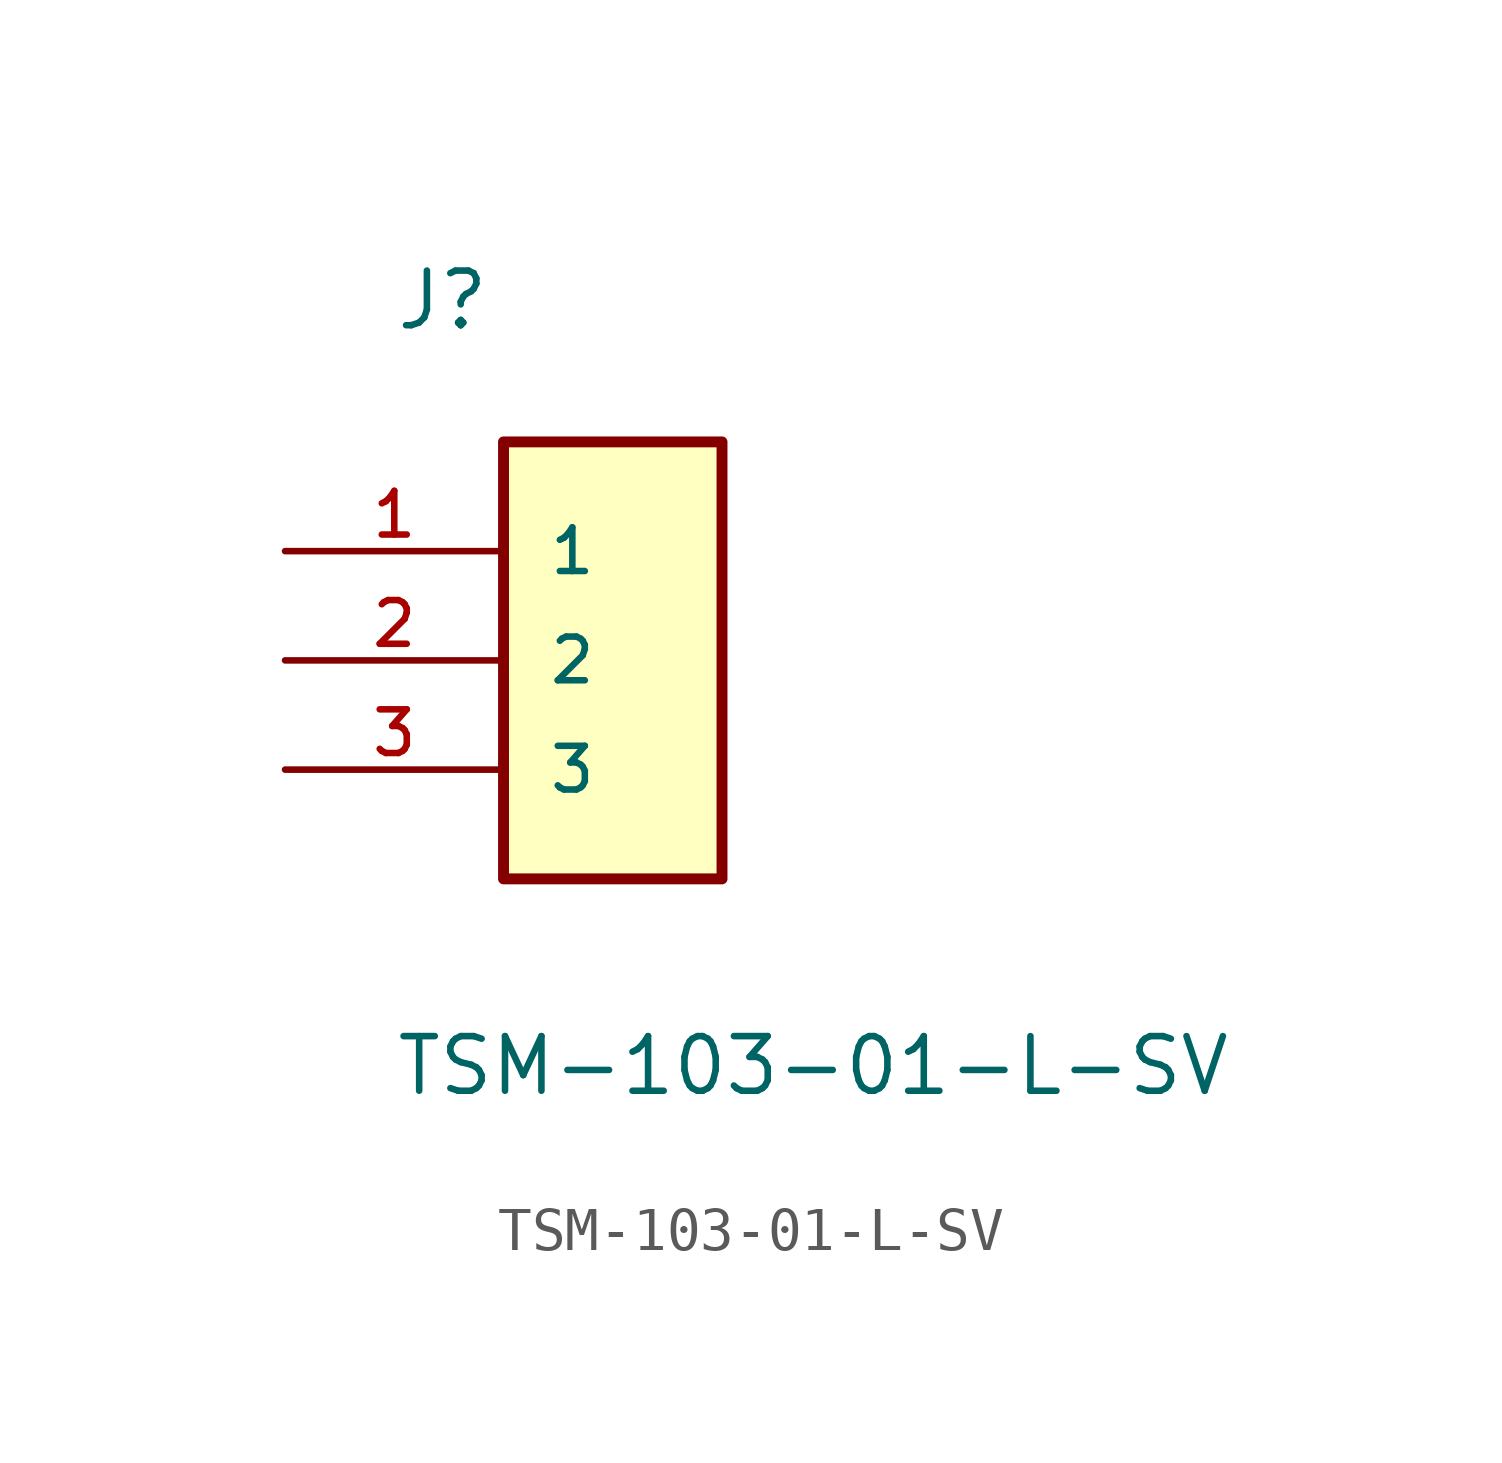
<source format=kicad_sym>
(kicad_symbol_lib
  (version 20211014)
  (generator kicad_symbol_editor)
  (symbol "TSM-103-01-L-SV"
    (pin_names
      (offset 1.016))
    (property "Reference" "J"
      (at -5.087 7.63 0)
      (effects (font (size 1.27 1.27)) (justify bottom left)))
    (property "Value" "TSM-103-01-L-SV"
      (at -5.085 -10.169 0)
      (effects (font (size 1.27 1.27)) (justify bottom left)))
    (symbol "TSM-103-01-L-SV_0_0"
      (rectangle (start -2.54 -5.08) (end 2.54 5.08) (stroke (width 0.254)) (fill (type background)))
      (pin passive line (at -7.62 2.54 0) (length 5.08) (name "1" (effects (font (size 1.016 1.016)))) (number "1" (effects (font (size 1.016 1.016)))))
      (pin passive line (at -7.62 0.0 0) (length 5.08) (name "2" (effects (font (size 1.016 1.016)))) (number "2" (effects (font (size 1.016 1.016)))))
      (pin passive line (at -7.62 -2.54 0) (length 5.08) (name "3" (effects (font (size 1.016 1.016)))) (number "3" (effects (font (size 1.016 1.016))))))))
</source>
